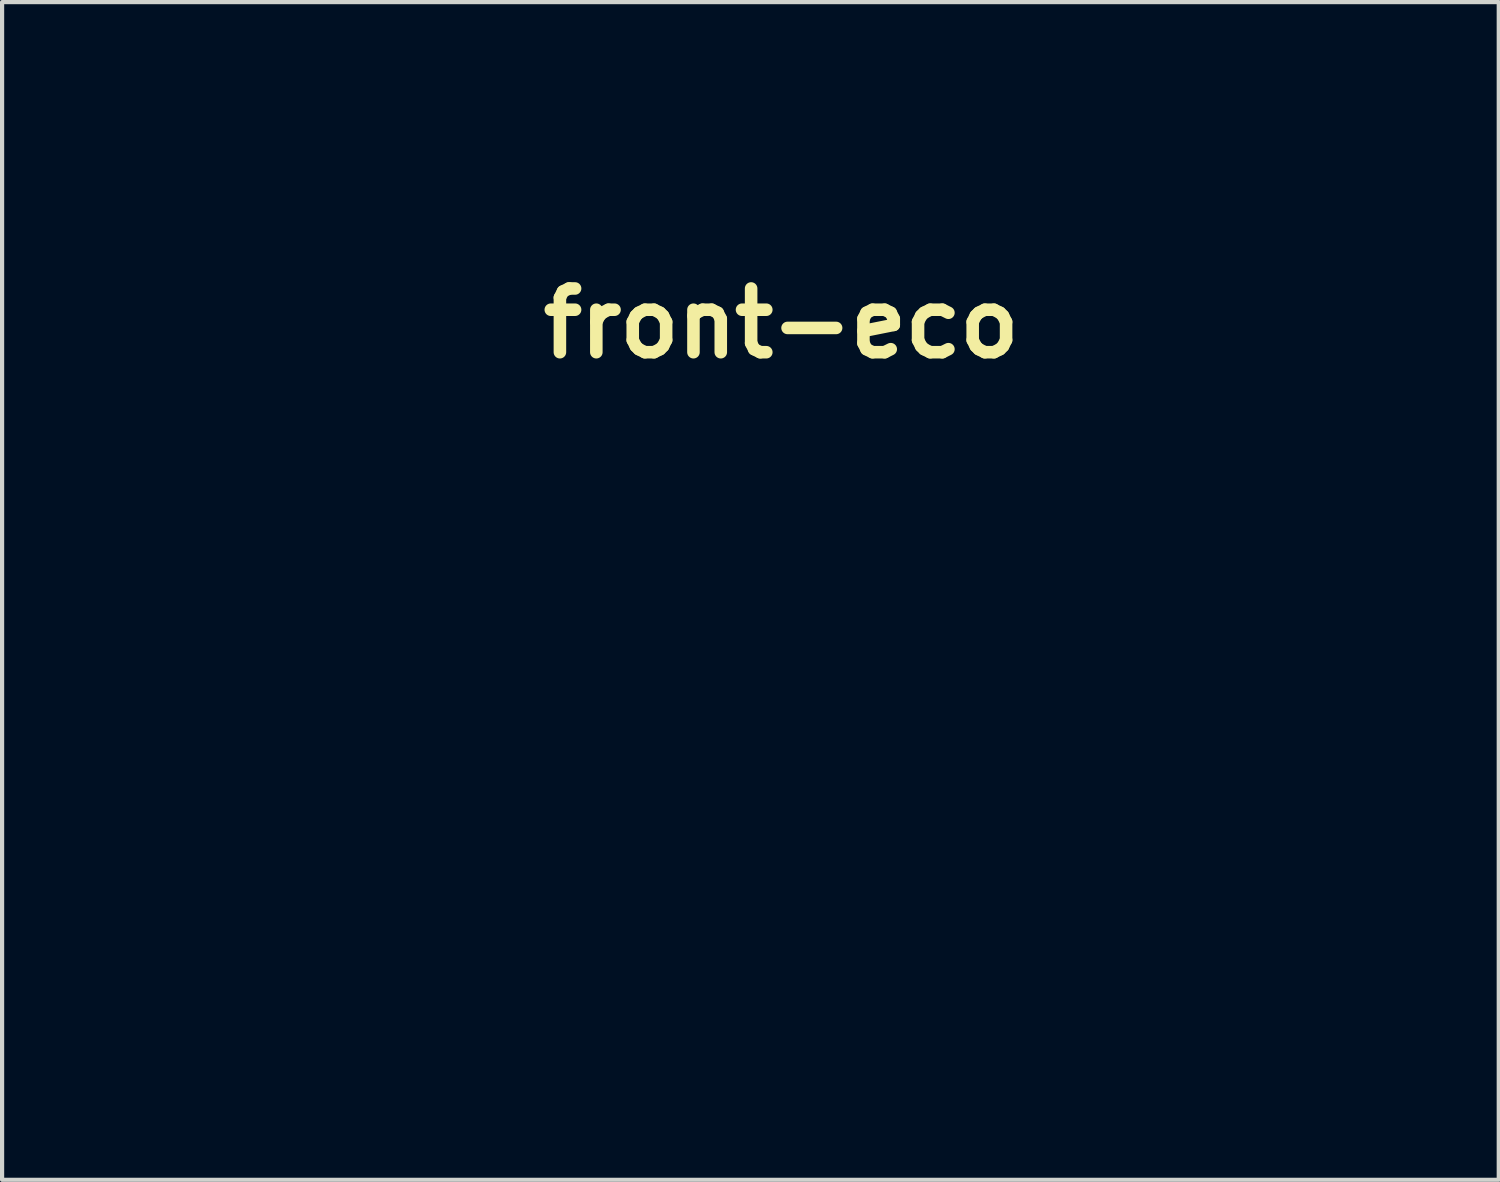
<source format=kicad_pcb>
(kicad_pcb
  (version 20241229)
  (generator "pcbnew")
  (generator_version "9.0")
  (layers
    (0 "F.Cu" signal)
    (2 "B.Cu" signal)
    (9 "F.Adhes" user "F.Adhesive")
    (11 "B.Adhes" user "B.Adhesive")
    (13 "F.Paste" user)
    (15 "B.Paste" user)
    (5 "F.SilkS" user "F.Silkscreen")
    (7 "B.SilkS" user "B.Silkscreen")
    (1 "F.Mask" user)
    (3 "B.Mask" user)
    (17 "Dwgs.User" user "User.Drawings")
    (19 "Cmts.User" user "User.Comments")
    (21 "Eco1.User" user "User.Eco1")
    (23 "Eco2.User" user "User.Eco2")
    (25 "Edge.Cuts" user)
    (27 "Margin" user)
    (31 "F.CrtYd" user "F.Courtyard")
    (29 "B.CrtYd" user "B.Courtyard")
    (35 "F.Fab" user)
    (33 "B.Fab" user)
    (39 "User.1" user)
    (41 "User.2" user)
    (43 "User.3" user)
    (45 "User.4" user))
  (footprint "front-eco"
    (layer "F.Cu")
    (at 15.635 4.682)
    (property "Reference" "front-eco" (at 0 0 0) (layer "F.SilkS") (effects (font (size 1.524 1.524) (thickness 0.3))))
    (attr board_only exclude_from_pos_files exclude_from_bom)
    (fp_poly (pts (xy -14.591 -4.622) (xy -14.425 -4.577) (xy -14.272 -4.502) (xy -14.135 -4.397) (xy -14.021 -4.266) (xy -13.934 -4.111) (xy -13.879 -3.935) (xy -13.875 -3.914) (xy -13.863 -3.731) (xy -13.889 -3.558) (xy -13.949 -3.397) (xy -14.038 -3.252) (xy -14.153 -3.128) (xy -14.289 -3.028) (xy -14.443 -2.955) (xy -14.61 -2.915) (xy -14.786 -2.91) (xy -14.924 -2.932) (xy -15.103 -2.997) (xy -15.26 -3.097) (xy -15.39 -3.226) (xy -15.49 -3.382) (xy -15.558 -3.561) (xy -15.573 -3.63) (xy -15.585 -3.808) (xy -15.558 -3.983) (xy -15.495 -4.149) (xy -15.4 -4.3) (xy -15.276 -4.431) (xy -15.126 -4.533) (xy -15.112 -4.54) (xy -14.94 -4.606) (xy -14.764 -4.632)) (stroke (width 0.1) (type solid)) (fill no) (layer "Eco1.User"))
    (fp_poly (pts (xy -14.591 -2.08) (xy -14.425 -2.035) (xy -14.272 -1.959) (xy -14.135 -1.855) (xy -14.021 -1.724) (xy -13.934 -1.569) (xy -13.879 -1.393) (xy -13.875 -1.372) (xy -13.863 -1.189) (xy -13.889 -1.016) (xy -13.949 -0.855) (xy -14.038 -0.71) (xy -14.153 -0.586) (xy -14.289 -0.486) (xy -14.443 -0.413) (xy -14.61 -0.373) (xy -14.786 -0.368) (xy -14.924 -0.39) (xy -15.103 -0.455) (xy -15.26 -0.554) (xy -15.39 -0.684) (xy -15.49 -0.84) (xy -15.558 -1.019) (xy -15.573 -1.088) (xy -15.585 -1.265) (xy -15.558 -1.44) (xy -15.495 -1.607) (xy -15.4 -1.758) (xy -15.276 -1.888) (xy -15.126 -1.991) (xy -15.112 -1.998) (xy -14.94 -2.064) (xy -14.764 -2.09)) (stroke (width 0.1) (type solid)) (fill no) (layer "Eco1.User"))
    (fp_poly (pts (xy -14.591 0.463) (xy -14.425 0.507) (xy -14.272 0.583) (xy -14.135 0.687) (xy -14.021 0.818) (xy -13.934 0.973) (xy -13.879 1.149) (xy -13.875 1.171) (xy -13.863 1.353) (xy -13.889 1.526) (xy -13.949 1.687) (xy -14.038 1.832) (xy -14.153 1.956) (xy -14.289 2.056) (xy -14.443 2.129) (xy -14.61 2.169) (xy -14.786 2.175) (xy -14.924 2.152) (xy -15.103 2.087) (xy -15.26 1.988) (xy -15.39 1.858) (xy -15.49 1.702) (xy -15.558 1.523) (xy -15.573 1.454) (xy -15.585 1.277) (xy -15.558 1.102) (xy -15.495 0.935) (xy -15.4 0.784) (xy -15.276 0.654) (xy -15.126 0.552) (xy -15.112 0.544) (xy -14.94 0.479) (xy -14.764 0.452)) (stroke (width 0.1) (type solid)) (fill no) (layer "Eco1.User"))
    (fp_poly (pts (xy -12.049 -4.622) (xy -11.883 -4.577) (xy -11.73 -4.502) (xy -11.593 -4.397) (xy -11.479 -4.266) (xy -11.392 -4.111) (xy -11.337 -3.935) (xy -11.333 -3.914) (xy -11.321 -3.731) (xy -11.347 -3.558) (xy -11.406 -3.397) (xy -11.496 -3.252) (xy -11.611 -3.128) (xy -11.747 -3.028) (xy -11.901 -2.955) (xy -12.068 -2.915) (xy -12.244 -2.91) (xy -12.382 -2.932) (xy -12.561 -2.997) (xy -12.718 -3.097) (xy -12.848 -3.226) (xy -12.948 -3.382) (xy -13.015 -3.561) (xy -13.031 -3.63) (xy -13.043 -3.808) (xy -13.016 -3.983) (xy -12.953 -4.149) (xy -12.858 -4.3) (xy -12.734 -4.431) (xy -12.584 -4.533) (xy -12.57 -4.54) (xy -12.397 -4.606) (xy -12.222 -4.632)) (stroke (width 0.1) (type solid)) (fill no) (layer "Eco1.User"))
    (fp_poly (pts (xy -12.049 -2.08) (xy -11.883 -2.035) (xy -11.73 -1.959) (xy -11.593 -1.855) (xy -11.479 -1.724) (xy -11.392 -1.569) (xy -11.337 -1.393) (xy -11.333 -1.372) (xy -11.321 -1.189) (xy -11.347 -1.016) (xy -11.406 -0.855) (xy -11.496 -0.71) (xy -11.611 -0.586) (xy -11.747 -0.486) (xy -11.901 -0.413) (xy -12.068 -0.373) (xy -12.244 -0.368) (xy -12.382 -0.39) (xy -12.561 -0.455) (xy -12.718 -0.554) (xy -12.848 -0.684) (xy -12.948 -0.84) (xy -13.015 -1.019) (xy -13.031 -1.088) (xy -13.043 -1.265) (xy -13.016 -1.44) (xy -12.953 -1.607) (xy -12.858 -1.758) (xy -12.734 -1.888) (xy -12.584 -1.991) (xy -12.57 -1.998) (xy -12.397 -2.064) (xy -12.222 -2.09)) (stroke (width 0.1) (type solid)) (fill no) (layer "Eco1.User"))
    (fp_poly (pts (xy -12.049 0.463) (xy -11.883 0.507) (xy -11.73 0.583) (xy -11.593 0.687) (xy -11.479 0.818) (xy -11.392 0.973) (xy -11.337 1.149) (xy -11.333 1.171) (xy -11.321 1.353) (xy -11.347 1.526) (xy -11.406 1.687) (xy -11.496 1.832) (xy -11.611 1.956) (xy -11.747 2.056) (xy -11.901 2.129) (xy -12.068 2.169) (xy -12.244 2.175) (xy -12.382 2.152) (xy -12.561 2.087) (xy -12.718 1.988) (xy -12.848 1.858) (xy -12.948 1.702) (xy -13.015 1.523) (xy -13.031 1.454) (xy -13.043 1.277) (xy -13.016 1.102) (xy -12.953 0.935) (xy -12.858 0.784) (xy -12.734 0.654) (xy -12.584 0.552) (xy -12.57 0.544) (xy -12.397 0.479) (xy -12.222 0.452)) (stroke (width 0.1) (type solid)) (fill no) (layer "Eco1.User"))
    (fp_poly (pts (xy -12.049 10.631) (xy -11.883 10.675) (xy -11.73 10.751) (xy -11.593 10.856) (xy -11.479 10.987) (xy -11.392 11.142) (xy -11.337 11.318) (xy -11.333 11.339) (xy -11.321 11.521) (xy -11.347 11.695) (xy -11.406 11.856) (xy -11.496 12) (xy -11.611 12.125) (xy -11.747 12.225) (xy -11.901 12.297) (xy -12.068 12.338) (xy -12.244 12.343) (xy -12.382 12.321) (xy -12.561 12.255) (xy -12.718 12.156) (xy -12.848 12.027) (xy -12.948 11.871) (xy -13.015 11.692) (xy -13.031 11.622) (xy -13.043 11.445) (xy -13.016 11.27) (xy -12.953 11.104) (xy -12.858 10.952) (xy -12.734 10.822) (xy -12.584 10.72) (xy -12.57 10.712) (xy -12.397 10.647) (xy -12.222 10.621)) (stroke (width 0.1) (type solid)) (fill no) (layer "Eco1.User"))
    (fp_poly (pts (xy -12.049 13.173) (xy -11.883 13.217) (xy -11.73 13.293) (xy -11.593 13.398) (xy -11.479 13.529) (xy -11.392 13.684) (xy -11.337 13.86) (xy -11.333 13.881) (xy -11.321 14.063) (xy -11.347 14.237) (xy -11.406 14.398) (xy -11.496 14.542) (xy -11.611 14.667) (xy -11.747 14.767) (xy -11.901 14.839) (xy -12.068 14.88) (xy -12.244 14.885) (xy -12.382 14.863) (xy -12.561 14.797) (xy -12.718 14.698) (xy -12.848 14.569) (xy -12.948 14.413) (xy -13.015 14.234) (xy -13.031 14.164) (xy -13.043 13.987) (xy -13.016 13.812) (xy -12.953 13.646) (xy -12.858 13.494) (xy -12.734 13.364) (xy -12.584 13.262) (xy -12.57 13.255) (xy -12.397 13.189) (xy -12.222 13.163)) (stroke (width 0.1) (type solid)) (fill no) (layer "Eco1.User"))
    (fp_poly (pts (xy -9.507 -2.08) (xy -9.341 -2.035) (xy -9.187 -1.959) (xy -9.051 -1.855) (xy -8.937 -1.724) (xy -8.85 -1.569) (xy -8.795 -1.393) (xy -8.791 -1.372) (xy -8.779 -1.189) (xy -8.805 -1.016) (xy -8.864 -0.855) (xy -8.954 -0.71) (xy -9.069 -0.586) (xy -9.205 -0.486) (xy -9.359 -0.413) (xy -9.526 -0.373) (xy -9.702 -0.368) (xy -9.84 -0.39) (xy -10.019 -0.455) (xy -10.176 -0.554) (xy -10.306 -0.684) (xy -10.406 -0.84) (xy -10.473 -1.019) (xy -10.489 -1.088) (xy -10.501 -1.265) (xy -10.474 -1.44) (xy -10.411 -1.607) (xy -10.316 -1.758) (xy -10.192 -1.888) (xy -10.042 -1.991) (xy -10.028 -1.998) (xy -9.855 -2.064) (xy -9.68 -2.09)) (stroke (width 0.1) (type solid)) (fill no) (layer "Eco1.User"))
    (fp_poly (pts (xy -9.507 0.463) (xy -9.341 0.507) (xy -9.187 0.583) (xy -9.051 0.687) (xy -8.937 0.818) (xy -8.85 0.973) (xy -8.795 1.149) (xy -8.791 1.171) (xy -8.779 1.353) (xy -8.805 1.526) (xy -8.864 1.687) (xy -8.954 1.832) (xy -9.069 1.956) (xy -9.205 2.056) (xy -9.359 2.129) (xy -9.526 2.169) (xy -9.702 2.175) (xy -9.84 2.152) (xy -10.019 2.087) (xy -10.176 1.988) (xy -10.306 1.858) (xy -10.406 1.702) (xy -10.473 1.523) (xy -10.489 1.454) (xy -10.501 1.277) (xy -10.474 1.102) (xy -10.411 0.935) (xy -10.316 0.784) (xy -10.192 0.654) (xy -10.042 0.552) (xy -10.028 0.544) (xy -9.855 0.479) (xy -9.68 0.452)) (stroke (width 0.1) (type solid)) (fill no) (layer "Eco1.User"))
    (fp_poly (pts (xy -9.507 10.631) (xy -9.341 10.675) (xy -9.187 10.751) (xy -9.051 10.856) (xy -8.937 10.987) (xy -8.85 11.142) (xy -8.795 11.318) (xy -8.791 11.339) (xy -8.779 11.521) (xy -8.805 11.695) (xy -8.864 11.856) (xy -8.954 12) (xy -9.069 12.125) (xy -9.205 12.225) (xy -9.359 12.297) (xy -9.526 12.338) (xy -9.702 12.343) (xy -9.84 12.321) (xy -10.019 12.255) (xy -10.176 12.156) (xy -10.306 12.027) (xy -10.406 11.871) (xy -10.473 11.692) (xy -10.489 11.622) (xy -10.501 11.445) (xy -10.474 11.27) (xy -10.411 11.104) (xy -10.316 10.952) (xy -10.192 10.822) (xy -10.042 10.72) (xy -10.028 10.712) (xy -9.855 10.647) (xy -9.68 10.621)) (stroke (width 0.1) (type solid)) (fill no) (layer "Eco1.User"))
    (fp_poly (pts (xy -9.507 13.173) (xy -9.341 13.217) (xy -9.187 13.293) (xy -9.051 13.398) (xy -8.937 13.529) (xy -8.85 13.684) (xy -8.795 13.86) (xy -8.791 13.881) (xy -8.779 14.063) (xy -8.805 14.237) (xy -8.864 14.398) (xy -8.954 14.542) (xy -9.069 14.667) (xy -9.205 14.767) (xy -9.359 14.839) (xy -9.526 14.88) (xy -9.702 14.885) (xy -9.84 14.863) (xy -10.019 14.797) (xy -10.176 14.698) (xy -10.306 14.569) (xy -10.406 14.413) (xy -10.473 14.234) (xy -10.489 14.164) (xy -10.501 13.987) (xy -10.474 13.812) (xy -10.411 13.646) (xy -10.316 13.494) (xy -10.192 13.364) (xy -10.042 13.262) (xy -10.028 13.255) (xy -9.855 13.189) (xy -9.68 13.163)) (stroke (width 0.1) (type solid)) (fill no) (layer "Eco1.User"))
    (fp_poly (pts (xy -9.507 15.715) (xy -9.341 15.76) (xy -9.187 15.835) (xy -9.051 15.94) (xy -8.937 16.071) (xy -8.85 16.226) (xy -8.795 16.402) (xy -8.791 16.423) (xy -8.779 16.606) (xy -8.805 16.779) (xy -8.864 16.94) (xy -8.954 17.085) (xy -9.069 17.209) (xy -9.205 17.309) (xy -9.359 17.382) (xy -9.526 17.422) (xy -9.702 17.427) (xy -9.84 17.405) (xy -10.019 17.34) (xy -10.176 17.24) (xy -10.306 17.111) (xy -10.406 16.955) (xy -10.473 16.776) (xy -10.489 16.707) (xy -10.501 16.529) (xy -10.474 16.354) (xy -10.411 16.188) (xy -10.316 16.036) (xy -10.192 15.906) (xy -10.042 15.804) (xy -10.028 15.797) (xy -9.855 15.731) (xy -9.68 15.705)) (stroke (width 0.1) (type solid)) (fill no) (layer "Eco1.User"))
    (fp_poly (pts (xy -6.965 -2.08) (xy -6.799 -2.035) (xy -6.645 -1.959) (xy -6.509 -1.855) (xy -6.395 -1.724) (xy -6.307 -1.569) (xy -6.253 -1.393) (xy -6.249 -1.372) (xy -6.237 -1.189) (xy -6.263 -1.016) (xy -6.322 -0.855) (xy -6.412 -0.71) (xy -6.526 -0.586) (xy -6.663 -0.486) (xy -6.817 -0.413) (xy -6.984 -0.373) (xy -7.16 -0.368) (xy -7.298 -0.39) (xy -7.477 -0.455) (xy -7.633 -0.554) (xy -7.764 -0.684) (xy -7.864 -0.84) (xy -7.931 -1.019) (xy -7.947 -1.088) (xy -7.959 -1.265) (xy -7.932 -1.44) (xy -7.869 -1.607) (xy -7.774 -1.758) (xy -7.65 -1.888) (xy -7.5 -1.991) (xy -7.485 -1.998) (xy -7.313 -2.064) (xy -7.138 -2.09)) (stroke (width 0.1) (type solid)) (fill no) (layer "Eco1.User"))
    (fp_poly (pts (xy -6.965 5.547) (xy -6.799 5.591) (xy -6.645 5.667) (xy -6.509 5.772) (xy -6.395 5.903) (xy -6.307 6.057) (xy -6.253 6.234) (xy -6.249 6.255) (xy -6.237 6.437) (xy -6.263 6.611) (xy -6.322 6.772) (xy -6.412 6.916) (xy -6.526 7.04) (xy -6.663 7.141) (xy -6.817 7.213) (xy -6.984 7.254) (xy -7.16 7.259) (xy -7.298 7.236) (xy -7.477 7.171) (xy -7.633 7.072) (xy -7.764 6.942) (xy -7.864 6.786) (xy -7.931 6.608) (xy -7.947 6.538) (xy -7.959 6.361) (xy -7.932 6.186) (xy -7.869 6.019) (xy -7.774 5.868) (xy -7.65 5.738) (xy -7.5 5.636) (xy -7.485 5.628) (xy -7.313 5.563) (xy -7.138 5.537)) (stroke (width 0.1) (type solid)) (fill no) (layer "Eco1.User"))
    (fp_poly (pts (xy -6.965 13.173) (xy -6.799 13.217) (xy -6.645 13.293) (xy -6.509 13.398) (xy -6.395 13.529) (xy -6.307 13.684) (xy -6.253 13.86) (xy -6.249 13.881) (xy -6.237 14.063) (xy -6.263 14.237) (xy -6.322 14.398) (xy -6.412 14.542) (xy -6.526 14.667) (xy -6.663 14.767) (xy -6.817 14.839) (xy -6.984 14.88) (xy -7.16 14.885) (xy -7.298 14.863) (xy -7.477 14.797) (xy -7.633 14.698) (xy -7.764 14.569) (xy -7.864 14.413) (xy -7.931 14.234) (xy -7.947 14.164) (xy -7.959 13.987) (xy -7.932 13.812) (xy -7.869 13.646) (xy -7.774 13.494) (xy -7.65 13.364) (xy -7.5 13.262) (xy -7.485 13.255) (xy -7.313 13.189) (xy -7.138 13.163)) (stroke (width 0.1) (type solid)) (fill no) (layer "Eco1.User"))
    (fp_poly (pts (xy -6.965 15.715) (xy -6.799 15.76) (xy -6.645 15.835) (xy -6.509 15.94) (xy -6.395 16.071) (xy -6.307 16.226) (xy -6.253 16.402) (xy -6.249 16.423) (xy -6.237 16.606) (xy -6.263 16.779) (xy -6.322 16.94) (xy -6.412 17.085) (xy -6.526 17.209) (xy -6.663 17.309) (xy -6.817 17.382) (xy -6.984 17.422) (xy -7.16 17.427) (xy -7.298 17.405) (xy -7.477 17.34) (xy -7.633 17.24) (xy -7.764 17.111) (xy -7.864 16.955) (xy -7.931 16.776) (xy -7.947 16.707) (xy -7.959 16.529) (xy -7.932 16.354) (xy -7.869 16.188) (xy -7.774 16.036) (xy -7.65 15.906) (xy -7.5 15.804) (xy -7.485 15.797) (xy -7.313 15.731) (xy -7.138 15.705)) (stroke (width 0.1) (type solid)) (fill no) (layer "Eco1.User"))
    (fp_poly (pts (xy -4.423 13.173) (xy -4.257 13.217) (xy -4.103 13.293) (xy -3.967 13.398) (xy -3.852 13.529) (xy -3.765 13.684) (xy -3.711 13.86) (xy -3.707 13.881) (xy -3.695 14.063) (xy -3.72 14.237) (xy -3.78 14.398) (xy -3.869 14.542) (xy -3.984 14.667) (xy -4.121 14.767) (xy -4.274 14.839) (xy -4.441 14.88) (xy -4.618 14.885) (xy -4.756 14.863) (xy -4.935 14.797) (xy -5.091 14.698) (xy -5.221 14.569) (xy -5.322 14.413) (xy -5.389 14.234) (xy -5.405 14.164) (xy -5.417 13.987) (xy -5.39 13.812) (xy -5.327 13.646) (xy -5.232 13.494) (xy -5.108 13.364) (xy -4.958 13.262) (xy -4.943 13.255) (xy -4.771 13.189) (xy -4.596 13.163)) (stroke (width 0.1) (type solid)) (fill no) (layer "Eco1.User"))
    (fp_poly (pts (xy -4.423 15.715) (xy -4.257 15.76) (xy -4.103 15.835) (xy -3.967 15.94) (xy -3.852 16.071) (xy -3.765 16.226) (xy -3.711 16.402) (xy -3.707 16.423) (xy -3.695 16.606) (xy -3.72 16.779) (xy -3.78 16.94) (xy -3.869 17.085) (xy -3.984 17.209) (xy -4.121 17.309) (xy -4.274 17.382) (xy -4.441 17.422) (xy -4.618 17.427) (xy -4.756 17.405) (xy -4.935 17.34) (xy -5.091 17.24) (xy -5.221 17.111) (xy -5.322 16.955) (xy -5.389 16.776) (xy -5.405 16.707) (xy -5.417 16.529) (xy -5.39 16.354) (xy -5.327 16.188) (xy -5.232 16.036) (xy -5.108 15.906) (xy -4.958 15.804) (xy -4.943 15.797) (xy -4.771 15.731) (xy -4.596 15.705)) (stroke (width 0.1) (type solid)) (fill no) (layer "Eco1.User"))
    (fp_poly (pts (xy -1.881 3.005) (xy -1.715 3.049) (xy -1.561 3.125) (xy -1.425 3.229) (xy -1.31 3.36) (xy -1.223 3.515) (xy -1.168 3.691) (xy -1.164 3.713) (xy -1.153 3.895) (xy -1.178 4.068) (xy -1.238 4.229) (xy -1.327 4.374) (xy -1.442 4.498) (xy -1.579 4.599) (xy -1.732 4.671) (xy -1.899 4.712) (xy -2.076 4.717) (xy -2.214 4.694) (xy -2.393 4.629) (xy -2.549 4.53) (xy -2.679 4.4) (xy -2.78 4.244) (xy -2.847 4.066) (xy -2.863 3.996) (xy -2.874 3.819) (xy -2.847 3.644) (xy -2.785 3.477) (xy -2.69 3.326) (xy -2.566 3.196) (xy -2.416 3.094) (xy -2.401 3.086) (xy -2.229 3.021) (xy -2.054 2.994)) (stroke (width 0.1) (type solid)) (fill no) (layer "Eco1.User"))
    (fp_poly (pts (xy 0.661 3.005) (xy 0.827 3.049) (xy 0.981 3.125) (xy 1.118 3.229) (xy 1.232 3.36) (xy 1.319 3.515) (xy 1.374 3.691) (xy 1.378 3.713) (xy 1.39 3.895) (xy 1.364 4.068) (xy 1.304 4.229) (xy 1.215 4.374) (xy 1.1 4.498) (xy 0.964 4.599) (xy 0.81 4.671) (xy 0.643 4.712) (xy 0.467 4.717) (xy 0.328 4.694) (xy 0.149 4.629) (xy -0.007 4.53) (xy -0.137 4.4) (xy -0.238 4.244) (xy -0.305 4.066) (xy -0.32 3.996) (xy -0.332 3.819) (xy -0.305 3.644) (xy -0.243 3.477) (xy -0.148 3.326) (xy -0.024 3.196) (xy 0.126 3.094) (xy 0.141 3.086) (xy 0.313 3.021) (xy 0.488 2.994)) (stroke (width 0.1) (type solid)) (fill no) (layer "Eco1.User"))
    (fp_poly (pts (xy 5.746 5.547) (xy 5.912 5.591) (xy 6.065 5.667) (xy 6.202 5.772) (xy 6.316 5.903) (xy 6.403 6.057) (xy 6.458 6.234) (xy 6.462 6.255) (xy 6.474 6.437) (xy 6.448 6.611) (xy 6.388 6.772) (xy 6.299 6.916) (xy 6.184 7.04) (xy 6.048 7.141) (xy 5.894 7.213) (xy 5.727 7.254) (xy 5.551 7.259) (xy 5.413 7.236) (xy 5.234 7.171) (xy 5.077 7.072) (xy 4.947 6.942) (xy 4.847 6.786) (xy 4.779 6.608) (xy 4.764 6.538) (xy 4.752 6.361) (xy 4.779 6.186) (xy 4.842 6.019) (xy 4.936 5.868) (xy 5.061 5.738) (xy 5.211 5.636) (xy 5.225 5.628) (xy 5.397 5.563) (xy 5.573 5.537)) (stroke (width 0.1) (type solid)) (fill no) (layer "Eco1.User"))
    (fp_poly (pts (xy 5.746 8.089) (xy 5.912 8.133) (xy 6.065 8.209) (xy 6.202 8.314) (xy 6.316 8.445) (xy 6.403 8.6) (xy 6.458 8.776) (xy 6.462 8.797) (xy 6.474 8.979) (xy 6.448 9.153) (xy 6.388 9.314) (xy 6.299 9.458) (xy 6.184 9.583) (xy 6.048 9.683) (xy 5.894 9.755) (xy 5.727 9.796) (xy 5.551 9.801) (xy 5.413 9.778) (xy 5.234 9.713) (xy 5.077 9.614) (xy 4.947 9.485) (xy 4.847 9.329) (xy 4.779 9.15) (xy 4.764 9.08) (xy 4.752 8.903) (xy 4.779 8.728) (xy 4.842 8.562) (xy 4.936 8.41) (xy 5.061 8.28) (xy 5.211 8.178) (xy 5.225 8.17) (xy 5.397 8.105) (xy 5.573 8.079)) (stroke (width 0.1) (type solid)) (fill no) (layer "Eco1.User"))
    (fp_poly (pts (xy 5.746 15.715) (xy 5.912 15.76) (xy 6.065 15.835) (xy 6.202 15.94) (xy 6.316 16.071) (xy 6.403 16.226) (xy 6.458 16.402) (xy 6.462 16.423) (xy 6.474 16.606) (xy 6.448 16.779) (xy 6.388 16.94) (xy 6.299 17.085) (xy 6.184 17.209) (xy 6.048 17.309) (xy 5.894 17.382) (xy 5.727 17.422) (xy 5.551 17.427) (xy 5.413 17.405) (xy 5.234 17.34) (xy 5.077 17.24) (xy 4.947 17.111) (xy 4.847 16.955) (xy 4.779 16.776) (xy 4.764 16.707) (xy 4.752 16.529) (xy 4.779 16.354) (xy 4.842 16.188) (xy 4.936 16.036) (xy 5.061 15.906) (xy 5.211 15.804) (xy 5.225 15.797) (xy 5.397 15.731) (xy 5.573 15.705)) (stroke (width 0.1) (type solid)) (fill no) (layer "Eco1.User"))
    (fp_poly (pts (xy 8.288 -2.08) (xy 8.454 -2.035) (xy 8.607 -1.959) (xy 8.744 -1.855) (xy 8.858 -1.724) (xy 8.945 -1.569) (xy 9 -1.393) (xy 9.004 -1.372) (xy 9.016 -1.189) (xy 8.99 -1.016) (xy 8.93 -0.855) (xy 8.841 -0.71) (xy 8.726 -0.586) (xy 8.59 -0.486) (xy 8.436 -0.413) (xy 8.269 -0.373) (xy 8.093 -0.368) (xy 7.955 -0.39) (xy 7.776 -0.455) (xy 7.619 -0.554) (xy 7.489 -0.684) (xy 7.389 -0.84) (xy 7.321 -1.019) (xy 7.306 -1.088) (xy 7.294 -1.265) (xy 7.321 -1.44) (xy 7.384 -1.607) (xy 7.479 -1.758) (xy 7.603 -1.888) (xy 7.753 -1.991) (xy 7.767 -1.998) (xy 7.94 -2.064) (xy 8.115 -2.09)) (stroke (width 0.1) (type solid)) (fill no) (layer "Eco1.User"))
    (fp_poly (pts (xy 8.288 0.463) (xy 8.454 0.507) (xy 8.607 0.583) (xy 8.744 0.687) (xy 8.858 0.818) (xy 8.945 0.973) (xy 9 1.149) (xy 9.004 1.171) (xy 9.016 1.353) (xy 8.99 1.526) (xy 8.93 1.687) (xy 8.841 1.832) (xy 8.726 1.956) (xy 8.59 2.056) (xy 8.436 2.129) (xy 8.269 2.169) (xy 8.093 2.175) (xy 7.955 2.152) (xy 7.776 2.087) (xy 7.619 1.988) (xy 7.489 1.858) (xy 7.389 1.702) (xy 7.321 1.523) (xy 7.306 1.454) (xy 7.294 1.277) (xy 7.321 1.102) (xy 7.384 0.935) (xy 7.479 0.784) (xy 7.603 0.654) (xy 7.753 0.552) (xy 7.767 0.544) (xy 7.94 0.479) (xy 8.115 0.452)) (stroke (width 0.1) (type solid)) (fill no) (layer "Eco1.User"))
    (fp_poly (pts (xy 8.288 8.089) (xy 8.454 8.133) (xy 8.607 8.209) (xy 8.744 8.314) (xy 8.858 8.445) (xy 8.945 8.6) (xy 9 8.776) (xy 9.004 8.797) (xy 9.016 8.979) (xy 8.99 9.153) (xy 8.93 9.314) (xy 8.841 9.458) (xy 8.726 9.583) (xy 8.59 9.683) (xy 8.436 9.755) (xy 8.269 9.796) (xy 8.093 9.801) (xy 7.955 9.778) (xy 7.776 9.713) (xy 7.619 9.614) (xy 7.489 9.485) (xy 7.389 9.329) (xy 7.321 9.15) (xy 7.306 9.08) (xy 7.294 8.903) (xy 7.321 8.728) (xy 7.384 8.562) (xy 7.479 8.41) (xy 7.603 8.28) (xy 7.753 8.178) (xy 7.767 8.17) (xy 7.94 8.105) (xy 8.115 8.079)) (stroke (width 0.1) (type solid)) (fill no) (layer "Eco1.User"))
    (fp_poly (pts (xy 8.288 15.715) (xy 8.454 15.76) (xy 8.607 15.835) (xy 8.744 15.94) (xy 8.858 16.071) (xy 8.945 16.226) (xy 9 16.402) (xy 9.004 16.423) (xy 9.016 16.606) (xy 8.99 16.779) (xy 8.93 16.94) (xy 8.841 17.085) (xy 8.726 17.209) (xy 8.59 17.309) (xy 8.436 17.382) (xy 8.269 17.422) (xy 8.093 17.427) (xy 7.955 17.405) (xy 7.776 17.34) (xy 7.619 17.24) (xy 7.489 17.111) (xy 7.389 16.955) (xy 7.321 16.776) (xy 7.306 16.707) (xy 7.294 16.529) (xy 7.321 16.354) (xy 7.384 16.188) (xy 7.479 16.036) (xy 7.603 15.906) (xy 7.753 15.804) (xy 7.767 15.797) (xy 7.94 15.731) (xy 8.115 15.705)) (stroke (width 0.1) (type solid)) (fill no) (layer "Eco1.User"))
    (fp_poly (pts (xy 10.83 -2.08) (xy 10.996 -2.035) (xy 11.149 -1.959) (xy 11.286 -1.855) (xy 11.4 -1.724) (xy 11.487 -1.569) (xy 11.542 -1.393) (xy 11.546 -1.372) (xy 11.558 -1.189) (xy 11.532 -1.016) (xy 11.473 -0.855) (xy 11.383 -0.71) (xy 11.268 -0.586) (xy 11.132 -0.486) (xy 10.978 -0.413) (xy 10.811 -0.373) (xy 10.635 -0.368) (xy 10.497 -0.39) (xy 10.318 -0.455) (xy 10.161 -0.554) (xy 10.031 -0.684) (xy 9.931 -0.84) (xy 9.864 -1.019) (xy 9.848 -1.088) (xy 9.836 -1.265) (xy 9.863 -1.44) (xy 9.926 -1.607) (xy 10.021 -1.758) (xy 10.145 -1.888) (xy 10.295 -1.991) (xy 10.309 -1.998) (xy 10.482 -2.064) (xy 10.657 -2.09)) (stroke (width 0.1) (type solid)) (fill no) (layer "Eco1.User"))
    (fp_poly (pts (xy 10.83 0.463) (xy 10.996 0.507) (xy 11.149 0.583) (xy 11.286 0.687) (xy 11.4 0.818) (xy 11.487 0.973) (xy 11.542 1.149) (xy 11.546 1.171) (xy 11.558 1.353) (xy 11.532 1.526) (xy 11.473 1.687) (xy 11.383 1.832) (xy 11.268 1.956) (xy 11.132 2.056) (xy 10.978 2.129) (xy 10.811 2.169) (xy 10.635 2.175) (xy 10.497 2.152) (xy 10.318 2.087) (xy 10.161 1.988) (xy 10.031 1.858) (xy 9.931 1.702) (xy 9.864 1.523) (xy 9.848 1.454) (xy 9.836 1.277) (xy 9.863 1.102) (xy 9.926 0.935) (xy 10.021 0.784) (xy 10.145 0.654) (xy 10.295 0.552) (xy 10.309 0.544) (xy 10.482 0.479) (xy 10.657 0.452)) (stroke (width 0.1) (type solid)) (fill no) (layer "Eco1.User"))
    (fp_poly (pts (xy 10.83 10.631) (xy 10.996 10.675) (xy 11.149 10.751) (xy 11.286 10.856) (xy 11.4 10.987) (xy 11.487 11.142) (xy 11.542 11.318) (xy 11.546 11.339) (xy 11.558 11.521) (xy 11.532 11.695) (xy 11.473 11.856) (xy 11.383 12) (xy 11.268 12.125) (xy 11.132 12.225) (xy 10.978 12.297) (xy 10.811 12.338) (xy 10.635 12.343) (xy 10.497 12.321) (xy 10.318 12.255) (xy 10.161 12.156) (xy 10.031 12.027) (xy 9.931 11.871) (xy 9.864 11.692) (xy 9.848 11.622) (xy 9.836 11.445) (xy 9.863 11.27) (xy 9.926 11.104) (xy 10.021 10.952) (xy 10.145 10.822) (xy 10.295 10.72) (xy 10.309 10.712) (xy 10.482 10.647) (xy 10.657 10.621)) (stroke (width 0.1) (type solid)) (fill no) (layer "Eco1.User"))
    (fp_poly (pts (xy 10.83 13.173) (xy 10.996 13.217) (xy 11.149 13.293) (xy 11.286 13.398) (xy 11.4 13.529) (xy 11.487 13.684) (xy 11.542 13.86) (xy 11.546 13.881) (xy 11.558 14.063) (xy 11.532 14.237) (xy 11.473 14.398) (xy 11.383 14.542) (xy 11.268 14.667) (xy 11.132 14.767) (xy 10.978 14.839) (xy 10.811 14.88) (xy 10.635 14.885) (xy 10.497 14.863) (xy 10.318 14.797) (xy 10.161 14.698) (xy 10.031 14.569) (xy 9.931 14.413) (xy 9.864 14.234) (xy 9.848 14.164) (xy 9.836 13.987) (xy 9.863 13.812) (xy 9.926 13.646) (xy 10.021 13.494) (xy 10.145 13.364) (xy 10.295 13.262) (xy 10.309 13.255) (xy 10.482 13.189) (xy 10.657 13.163)) (stroke (width 0.1) (type solid)) (fill no) (layer "Eco1.User"))
    (fp_poly (pts (xy 13.372 -4.622) (xy 13.538 -4.577) (xy 13.692 -4.502) (xy 13.828 -4.397) (xy 13.942 -4.266) (xy 14.029 -4.111) (xy 14.084 -3.935) (xy 14.088 -3.914) (xy 14.1 -3.731) (xy 14.074 -3.558) (xy 14.015 -3.397) (xy 13.925 -3.252) (xy 13.81 -3.128) (xy 13.674 -3.028) (xy 13.52 -2.955) (xy 13.353 -2.915) (xy 13.177 -2.91) (xy 13.039 -2.932) (xy 12.86 -2.997) (xy 12.704 -3.097) (xy 12.573 -3.226) (xy 12.473 -3.382) (xy 12.406 -3.561) (xy 12.39 -3.63) (xy 12.378 -3.808) (xy 12.405 -3.983) (xy 12.468 -4.149) (xy 12.563 -4.3) (xy 12.687 -4.431) (xy 12.837 -4.533) (xy 12.851 -4.54) (xy 13.024 -4.606) (xy 13.199 -4.632)) (stroke (width 0.1) (type solid)) (fill no) (layer "Eco1.User"))
    (fp_poly (pts (xy 13.372 -2.08) (xy 13.538 -2.035) (xy 13.692 -1.959) (xy 13.828 -1.855) (xy 13.942 -1.724) (xy 14.029 -1.569) (xy 14.084 -1.393) (xy 14.088 -1.372) (xy 14.1 -1.189) (xy 14.074 -1.016) (xy 14.015 -0.855) (xy 13.925 -0.71) (xy 13.81 -0.586) (xy 13.674 -0.486) (xy 13.52 -0.413) (xy 13.353 -0.373) (xy 13.177 -0.368) (xy 13.039 -0.39) (xy 12.86 -0.455) (xy 12.704 -0.554) (xy 12.573 -0.684) (xy 12.473 -0.84) (xy 12.406 -1.019) (xy 12.39 -1.088) (xy 12.378 -1.265) (xy 12.405 -1.44) (xy 12.468 -1.607) (xy 12.563 -1.758) (xy 12.687 -1.888) (xy 12.837 -1.991) (xy 12.851 -1.998) (xy 13.024 -2.064) (xy 13.199 -2.09)) (stroke (width 0.1) (type solid)) (fill no) (layer "Eco1.User"))
    (fp_poly (pts (xy 13.372 0.463) (xy 13.538 0.507) (xy 13.692 0.583) (xy 13.828 0.687) (xy 13.942 0.818) (xy 14.029 0.973) (xy 14.084 1.149) (xy 14.088 1.171) (xy 14.1 1.353) (xy 14.074 1.526) (xy 14.015 1.687) (xy 13.925 1.832) (xy 13.81 1.956) (xy 13.674 2.056) (xy 13.52 2.129) (xy 13.353 2.169) (xy 13.177 2.175) (xy 13.039 2.152) (xy 12.86 2.087) (xy 12.704 1.988) (xy 12.573 1.858) (xy 12.473 1.702) (xy 12.406 1.523) (xy 12.39 1.454) (xy 12.378 1.277) (xy 12.405 1.102) (xy 12.468 0.935) (xy 12.563 0.784) (xy 12.687 0.654) (xy 12.837 0.552) (xy 12.851 0.544) (xy 13.024 0.479) (xy 13.199 0.452)) (stroke (width 0.1) (type solid)) (fill no) (layer "Eco1.User")))
  (gr_rect
    (start -3 -3)
    (end 32.785 25.159)
    (stroke (width 0.1) (type default))
    (fill no)
    (layer "Edge.Cuts")))
</source>
